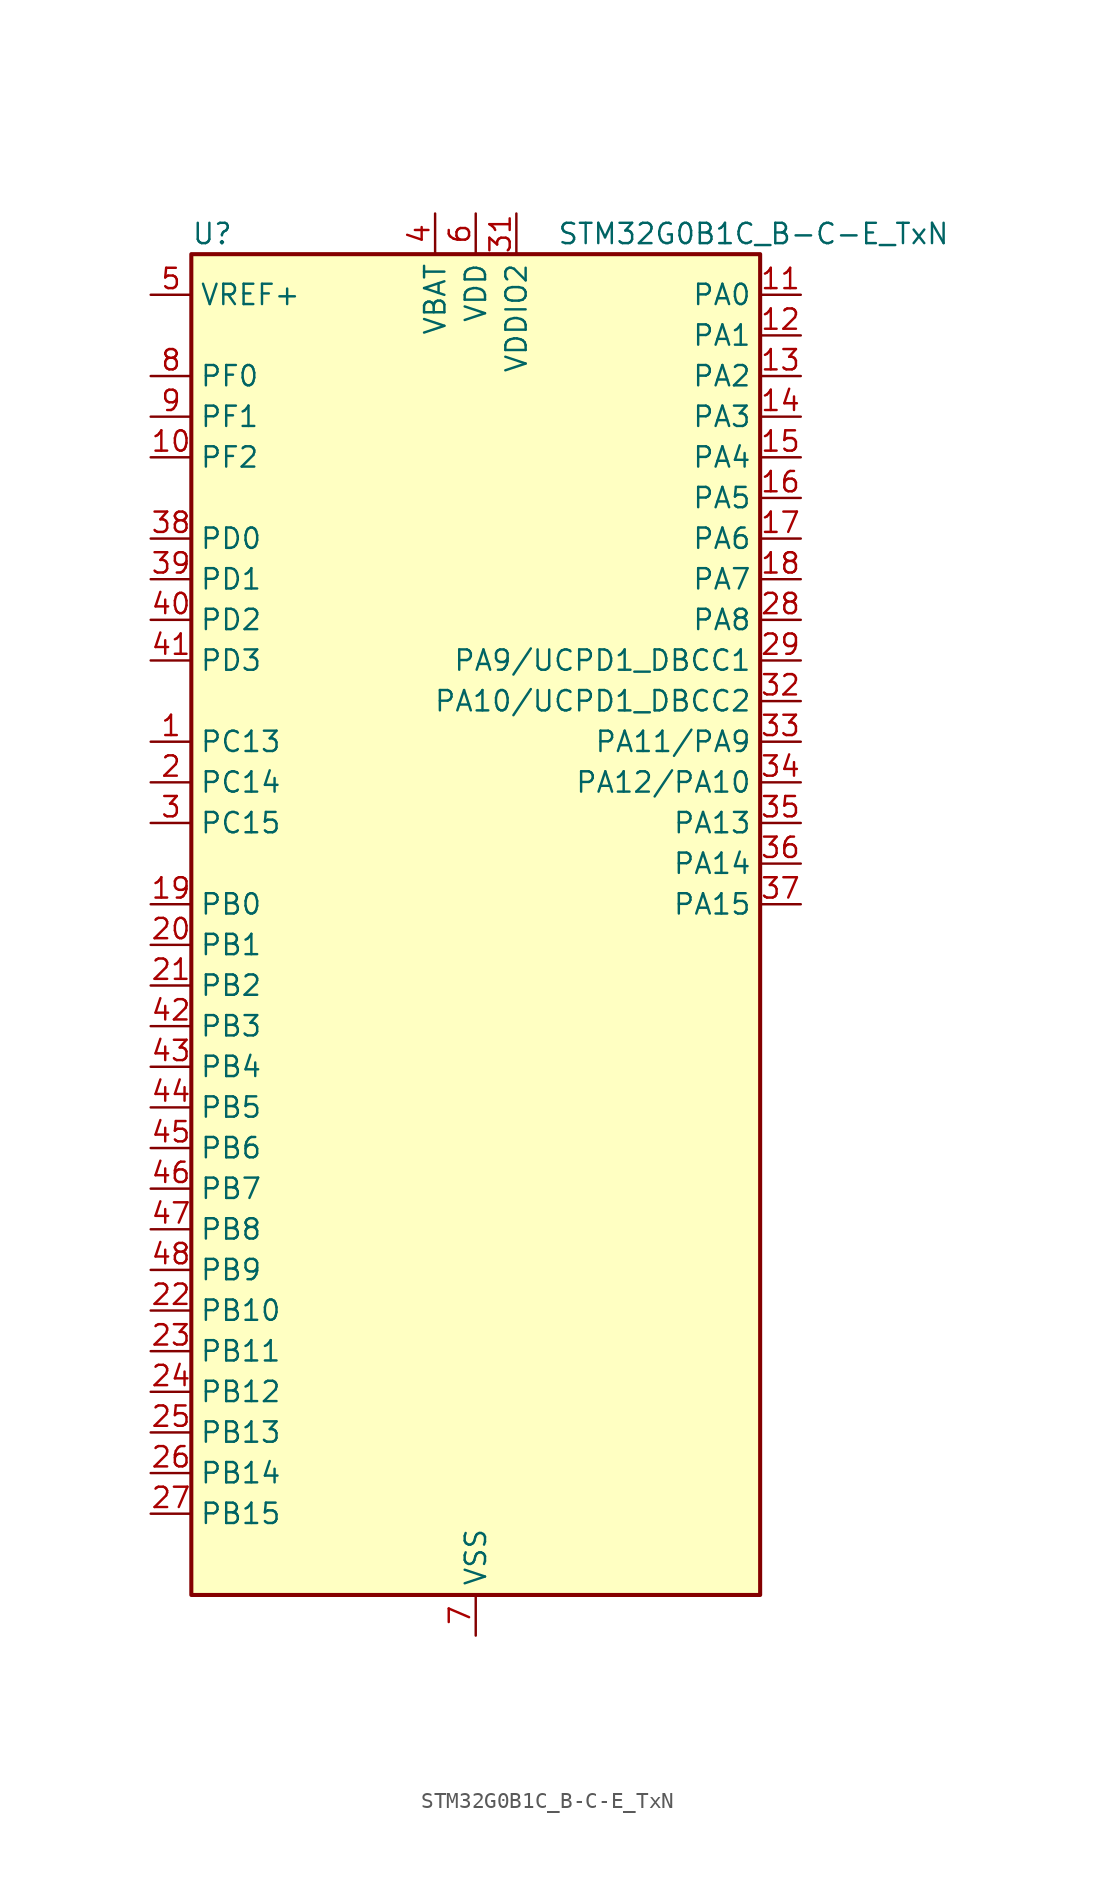
<source format=kicad_sym>
(kicad_symbol_lib
  (version 20231120)
  (generator "kicad_symbol_editor")
  (generator_version "8.0")
  (symbol "STM32G0B1C_B-C-E_TxN"
    (property "Reference" "U"
      (at -17.78 44.45 0)
      (effects (font (size 1.27 1.27)) (justify left)))
    (property "Value" "STM32G0B1C_B-C-E_TxN"
      (at 5.08 44.45 0)
      (effects (font (size 1.27 1.27)) (justify left)))
    (property "ki_locked" ""
      (at 0 0 0)
      (effects (font (size 1.27 1.27))))
    (symbol "STM32G0B1C_B-C-E_TxN_0_1"
      (rectangle (start -17.78 -40.64) (end 17.78 43.18) (stroke (width 0.254) (type default)) (fill (type background))))
    (symbol "STM32G0B1C_B-C-E_TxN_1_1"
      (pin bidirectional line (at -20.32 12.7 0) (length 2.54) (name "PC13" (effects (font (size 1.27 1.27)))) (number "1" (effects (font (size 1.27 1.27)))) (alternate "RTC_OUT1" bidirectional line) (alternate "RTC_TAMP_IN1" bidirectional line) (alternate "RTC_TS" bidirectional line) (alternate "SYS_WKUP2" bidirectional line) (alternate "TIM1_BK" bidirectional line))
      (pin bidirectional line (at -20.32 30.48 0) (length 2.54) (name "PF2" (effects (font (size 1.27 1.27)))) (number "10" (effects (font (size 1.27 1.27)))) (alternate "LPUART2_DE" bidirectional line) (alternate "LPUART2_RTS" bidirectional line) (alternate "LPUART2_TX" bidirectional line) (alternate "RCC_MCO" bidirectional line))
      (pin bidirectional line (at 20.32 40.64 180) (length 2.54) (name "PA0" (effects (font (size 1.27 1.27)))) (number "11" (effects (font (size 1.27 1.27)))) (alternate "ADC1_IN0" bidirectional line) (alternate "COMP1_INM" bidirectional line) (alternate "COMP1_OUT" bidirectional line) (alternate "I2S2_CK" bidirectional line) (alternate "LPTIM1_OUT" bidirectional line) (alternate "RTC_TAMP_IN2" bidirectional line) (alternate "SPI2_SCK" bidirectional line) (alternate "SYS_WKUP1" bidirectional line) (alternate "TIM2_CH1" bidirectional line) (alternate "TIM2_ETR" bidirectional line) (alternate "UCPD2_FRSTX1" bidirectional line) (alternate "UCPD2_FRSTX2" bidirectional line) (alternate "USART2_CTS" bidirectional line) (alternate "USART2_NSS" bidirectional line) (alternate "USART4_TX" bidirectional line))
      (pin bidirectional line (at 20.32 38.1 180) (length 2.54) (name "PA1" (effects (font (size 1.27 1.27)))) (number "12" (effects (font (size 1.27 1.27)))) (alternate "ADC1_IN1" bidirectional line) (alternate "COMP1_INP" bidirectional line) (alternate "I2C1_SMBA" bidirectional line) (alternate "I2S1_CK" bidirectional line) (alternate "SPI1_SCK" bidirectional line) (alternate "TIM15_CH1N" bidirectional line) (alternate "TIM2_CH2" bidirectional line) (alternate "USART2_CK" bidirectional line) (alternate "USART2_DE" bidirectional line) (alternate "USART2_RTS" bidirectional line) (alternate "USART4_RX" bidirectional line))
      (pin bidirectional line (at 20.32 35.56 180) (length 2.54) (name "PA2" (effects (font (size 1.27 1.27)))) (number "13" (effects (font (size 1.27 1.27)))) (alternate "ADC1_IN2" bidirectional line) (alternate "COMP2_INM" bidirectional line) (alternate "COMP2_OUT" bidirectional line) (alternate "I2S1_SD" bidirectional line) (alternate "LPUART1_TX" bidirectional line) (alternate "RCC_LSCO" bidirectional line) (alternate "SPI1_MOSI" bidirectional line) (alternate "SYS_WKUP4" bidirectional line) (alternate "TIM15_CH1" bidirectional line) (alternate "TIM2_CH3" bidirectional line) (alternate "UCPD1_FRSTX1" bidirectional line) (alternate "UCPD1_FRSTX2" bidirectional line) (alternate "USART2_TX" bidirectional line))
      (pin bidirectional line (at 20.32 33.02 180) (length 2.54) (name "PA3" (effects (font (size 1.27 1.27)))) (number "14" (effects (font (size 1.27 1.27)))) (alternate "ADC1_IN3" bidirectional line) (alternate "COMP2_INP" bidirectional line) (alternate "I2S2_MCK" bidirectional line) (alternate "LPUART1_RX" bidirectional line) (alternate "SPI2_MISO" bidirectional line) (alternate "TIM15_CH2" bidirectional line) (alternate "TIM2_CH4" bidirectional line) (alternate "UCPD2_FRSTX1" bidirectional line) (alternate "UCPD2_FRSTX2" bidirectional line) (alternate "USART2_RX" bidirectional line))
      (pin bidirectional line (at 20.32 30.48 180) (length 2.54) (name "PA4" (effects (font (size 1.27 1.27)))) (number "15" (effects (font (size 1.27 1.27)))) (alternate "ADC1_IN4" bidirectional line) (alternate "DAC1_OUT1" bidirectional line) (alternate "I2S1_WS" bidirectional line) (alternate "I2S2_SD" bidirectional line) (alternate "LPTIM2_OUT" bidirectional line) (alternate "RTC_OUT2" bidirectional line) (alternate "SPI1_NSS" bidirectional line) (alternate "SPI2_MOSI" bidirectional line) (alternate "SPI3_NSS" bidirectional line) (alternate "TIM14_CH1" bidirectional line) (alternate "UCPD2_FRSTX1" bidirectional line) (alternate "UCPD2_FRSTX2" bidirectional line) (alternate "USART6_TX" bidirectional line) (alternate "USB_NOE" bidirectional line))
      (pin bidirectional line (at 20.32 27.94 180) (length 2.54) (name "PA5" (effects (font (size 1.27 1.27)))) (number "16" (effects (font (size 1.27 1.27)))) (alternate "ADC1_IN5" bidirectional line) (alternate "CEC" bidirectional line) (alternate "DAC1_OUT2" bidirectional line) (alternate "I2S1_CK" bidirectional line) (alternate "LPTIM2_ETR" bidirectional line) (alternate "SPI1_SCK" bidirectional line) (alternate "TIM2_CH1" bidirectional line) (alternate "TIM2_ETR" bidirectional line) (alternate "UCPD1_FRSTX1" bidirectional line) (alternate "UCPD1_FRSTX2" bidirectional line) (alternate "USART3_TX" bidirectional line) (alternate "USART6_RX" bidirectional line))
      (pin bidirectional line (at 20.32 25.4 180) (length 2.54) (name "PA6" (effects (font (size 1.27 1.27)))) (number "17" (effects (font (size 1.27 1.27)))) (alternate "ADC1_IN6" bidirectional line) (alternate "COMP1_OUT" bidirectional line) (alternate "I2C2_SDA" bidirectional line) (alternate "I2C3_SDA" bidirectional line) (alternate "I2S1_MCK" bidirectional line) (alternate "LPUART1_CTS" bidirectional line) (alternate "SPI1_MISO" bidirectional line) (alternate "TIM16_CH1" bidirectional line) (alternate "TIM1_BK" bidirectional line) (alternate "TIM3_CH1" bidirectional line) (alternate "USART3_CTS" bidirectional line) (alternate "USART3_NSS" bidirectional line) (alternate "USART6_CTS" bidirectional line) (alternate "USART6_NSS" bidirectional line))
      (pin bidirectional line (at 20.32 22.86 180) (length 2.54) (name "PA7" (effects (font (size 1.27 1.27)))) (number "18" (effects (font (size 1.27 1.27)))) (alternate "ADC1_IN7" bidirectional line) (alternate "COMP2_OUT" bidirectional line) (alternate "I2C2_SCL" bidirectional line) (alternate "I2C3_SCL" bidirectional line) (alternate "I2S1_SD" bidirectional line) (alternate "SPI1_MOSI" bidirectional line) (alternate "TIM14_CH1" bidirectional line) (alternate "TIM17_CH1" bidirectional line) (alternate "TIM1_CH1N" bidirectional line) (alternate "TIM3_CH2" bidirectional line) (alternate "UCPD1_FRSTX1" bidirectional line) (alternate "UCPD1_FRSTX2" bidirectional line) (alternate "USART6_CK" bidirectional line) (alternate "USART6_DE" bidirectional line) (alternate "USART6_RTS" bidirectional line))
      (pin bidirectional line (at -20.32 2.54 0) (length 2.54) (name "PB0" (effects (font (size 1.27 1.27)))) (number "19" (effects (font (size 1.27 1.27)))) (alternate "ADC1_IN8" bidirectional line) (alternate "COMP1_OUT" bidirectional line) (alternate "COMP3_INP" bidirectional line) (alternate "FDCAN2_RX" bidirectional line) (alternate "I2S1_WS" bidirectional line) (alternate "LPTIM1_OUT" bidirectional line) (alternate "LPUART2_CTS" bidirectional line) (alternate "SPI1_NSS" bidirectional line) (alternate "TIM1_CH2N" bidirectional line) (alternate "TIM3_CH3" bidirectional line) (alternate "UCPD1_FRSTX1" bidirectional line) (alternate "UCPD1_FRSTX2" bidirectional line) (alternate "USART3_RX" bidirectional line) (alternate "USART5_TX" bidirectional line))
      (pin bidirectional line (at -20.32 10.16 0) (length 2.54) (name "PC14" (effects (font (size 1.27 1.27)))) (number "2" (effects (font (size 1.27 1.27)))) (alternate "RCC_OSC32_IN" bidirectional line) (alternate "TIM1_BK2" bidirectional line))
      (pin bidirectional line (at -20.32 0 0) (length 2.54) (name "PB1" (effects (font (size 1.27 1.27)))) (number "20" (effects (font (size 1.27 1.27)))) (alternate "ADC1_IN9" bidirectional line) (alternate "COMP1_INM" bidirectional line) (alternate "COMP3_OUT" bidirectional line) (alternate "FDCAN2_TX" bidirectional line) (alternate "LPTIM2_IN1" bidirectional line) (alternate "LPUART1_DE" bidirectional line) (alternate "LPUART1_RTS" bidirectional line) (alternate "LPUART2_DE" bidirectional line) (alternate "LPUART2_RTS" bidirectional line) (alternate "TIM14_CH1" bidirectional line) (alternate "TIM1_CH3N" bidirectional line) (alternate "TIM3_CH4" bidirectional line) (alternate "USART3_CK" bidirectional line) (alternate "USART3_DE" bidirectional line) (alternate "USART3_RTS" bidirectional line) (alternate "USART5_RX" bidirectional line))
      (pin bidirectional line (at -20.32 -2.54 0) (length 2.54) (name "PB2" (effects (font (size 1.27 1.27)))) (number "21" (effects (font (size 1.27 1.27)))) (alternate "ADC1_IN10" bidirectional line) (alternate "COMP1_INP" bidirectional line) (alternate "COMP3_INM" bidirectional line) (alternate "I2S2_MCK" bidirectional line) (alternate "LPTIM1_OUT" bidirectional line) (alternate "RCC_MCO_2" bidirectional line) (alternate "SPI2_MISO" bidirectional line) (alternate "USART3_TX" bidirectional line))
      (pin bidirectional line (at -20.32 -22.86 0) (length 2.54) (name "PB10" (effects (font (size 1.27 1.27)))) (number "22" (effects (font (size 1.27 1.27)))) (alternate "ADC1_IN11" bidirectional line) (alternate "CEC" bidirectional line) (alternate "COMP1_OUT" bidirectional line) (alternate "I2C2_SCL" bidirectional line) (alternate "I2S2_CK" bidirectional line) (alternate "LPUART1_RX" bidirectional line) (alternate "SPI2_SCK" bidirectional line) (alternate "TIM2_CH3" bidirectional line) (alternate "USART3_TX" bidirectional line))
      (pin bidirectional line (at -20.32 -25.4 0) (length 2.54) (name "PB11" (effects (font (size 1.27 1.27)))) (number "23" (effects (font (size 1.27 1.27)))) (alternate "ADC1_EXTI11" bidirectional line) (alternate "ADC1_IN15" bidirectional line) (alternate "COMP2_OUT" bidirectional line) (alternate "I2C2_SDA" bidirectional line) (alternate "I2S2_SD" bidirectional line) (alternate "LPUART1_TX" bidirectional line) (alternate "SPI2_MOSI" bidirectional line) (alternate "TIM2_CH4" bidirectional line) (alternate "USART3_RX" bidirectional line))
      (pin bidirectional line (at -20.32 -27.94 0) (length 2.54) (name "PB12" (effects (font (size 1.27 1.27)))) (number "24" (effects (font (size 1.27 1.27)))) (alternate "ADC1_IN16" bidirectional line) (alternate "FDCAN2_RX" bidirectional line) (alternate "I2C2_SMBA" bidirectional line) (alternate "I2S2_WS" bidirectional line) (alternate "LPUART1_DE" bidirectional line) (alternate "LPUART1_RTS" bidirectional line) (alternate "SPI2_NSS" bidirectional line) (alternate "TIM15_BK" bidirectional line) (alternate "TIM1_BK" bidirectional line) (alternate "UCPD2_FRSTX1" bidirectional line) (alternate "UCPD2_FRSTX2" bidirectional line))
      (pin bidirectional line (at -20.32 -30.48 0) (length 2.54) (name "PB13" (effects (font (size 1.27 1.27)))) (number "25" (effects (font (size 1.27 1.27)))) (alternate "FDCAN2_TX" bidirectional line) (alternate "I2C2_SCL" bidirectional line) (alternate "I2S2_CK" bidirectional line) (alternate "LPUART1_CTS" bidirectional line) (alternate "SPI2_SCK" bidirectional line) (alternate "TIM15_CH1N" bidirectional line) (alternate "TIM1_CH1N" bidirectional line) (alternate "USART3_CTS" bidirectional line) (alternate "USART3_NSS" bidirectional line))
      (pin bidirectional line (at -20.32 -33.02 0) (length 2.54) (name "PB14" (effects (font (size 1.27 1.27)))) (number "26" (effects (font (size 1.27 1.27)))) (alternate "I2C2_SDA" bidirectional line) (alternate "I2S2_MCK" bidirectional line) (alternate "SPI2_MISO" bidirectional line) (alternate "TIM15_CH1" bidirectional line) (alternate "TIM1_CH2N" bidirectional line) (alternate "UCPD1_FRSTX1" bidirectional line) (alternate "UCPD1_FRSTX2" bidirectional line) (alternate "USART3_CK" bidirectional line) (alternate "USART3_DE" bidirectional line) (alternate "USART3_RTS" bidirectional line) (alternate "USART6_CK" bidirectional line) (alternate "USART6_DE" bidirectional line) (alternate "USART6_RTS" bidirectional line))
      (pin bidirectional line (at -20.32 -35.56 0) (length 2.54) (name "PB15" (effects (font (size 1.27 1.27)))) (number "27" (effects (font (size 1.27 1.27)))) (alternate "I2S2_SD" bidirectional line) (alternate "RTC_REFIN" bidirectional line) (alternate "SPI2_MOSI" bidirectional line) (alternate "TIM15_CH1N" bidirectional line) (alternate "TIM15_CH2" bidirectional line) (alternate "TIM1_CH3N" bidirectional line) (alternate "UCPD1_CC2" bidirectional line) (alternate "USART6_CTS" bidirectional line) (alternate "USART6_NSS" bidirectional line))
      (pin bidirectional line (at 20.32 20.32 180) (length 2.54) (name "PA8" (effects (font (size 1.27 1.27)))) (number "28" (effects (font (size 1.27 1.27)))) (alternate "CRS1_SYNC" bidirectional line) (alternate "I2C2_SMBA" bidirectional line) (alternate "I2S2_WS" bidirectional line) (alternate "LPTIM2_OUT" bidirectional line) (alternate "RCC_MCO" bidirectional line) (alternate "SPI2_NSS" bidirectional line) (alternate "TIM1_CH1" bidirectional line) (alternate "UCPD1_CC1" bidirectional line))
      (pin bidirectional line (at 20.32 17.78 180) (length 2.54) (name "PA9/UCPD1_DBCC1" (effects (font (size 1.27 1.27)))) (number "29" (effects (font (size 1.27 1.27)))) (alternate "DAC1_EXTI9" bidirectional line) (alternate "I2C1_SCL" bidirectional line) (alternate "I2C2_SCL" bidirectional line) (alternate "I2S2_MCK" bidirectional line) (alternate "RCC_MCO" bidirectional line) (alternate "SPI2_MISO" bidirectional line) (alternate "TIM15_BK" bidirectional line) (alternate "TIM1_CH2" bidirectional line) (alternate "UCPD1_DBCC1" bidirectional line) (alternate "USART1_TX" bidirectional line))
      (pin bidirectional line (at -20.32 7.62 0) (length 2.54) (name "PC15" (effects (font (size 1.27 1.27)))) (number "3" (effects (font (size 1.27 1.27)))) (alternate "RCC_OSC32_EN" bidirectional line) (alternate "RCC_OSC32_OUT" bidirectional line) (alternate "RCC_OSC_EN" bidirectional line) (alternate "TIM15_BK" bidirectional line))
      (pin passive line (at 0 -43.18 90) (length 2.54) hide (name "VSS" (effects (font (size 1.27 1.27)))) (number "30" (effects (font (size 1.27 1.27)))))
      (pin power_in line (at 2.54 45.72 270) (length 2.54) (name "VDDIO2" (effects (font (size 1.27 1.27)))) (number "31" (effects (font (size 1.27 1.27)))))
      (pin bidirectional line (at 20.32 15.24 180) (length 2.54) (name "PA10/UCPD1_DBCC2" (effects (font (size 1.27 1.27)))) (number "32" (effects (font (size 1.27 1.27)))) (alternate "I2C1_SDA" bidirectional line) (alternate "I2C2_SDA" bidirectional line) (alternate "I2S2_SD" bidirectional line) (alternate "RCC_MCO_2" bidirectional line) (alternate "SPI2_MOSI" bidirectional line) (alternate "TIM17_BK" bidirectional line) (alternate "TIM1_CH3" bidirectional line) (alternate "UCPD1_DBCC2" bidirectional line) (alternate "USART1_RX" bidirectional line))
      (pin bidirectional line (at 20.32 12.7 180) (length 2.54) (name "PA11/PA9" (effects (font (size 1.27 1.27)))) (number "33" (effects (font (size 1.27 1.27)))) (alternate "ADC1_EXTI11" bidirectional line) (alternate "COMP1_OUT" bidirectional line) (alternate "FDCAN1_RX" bidirectional line) (alternate "I2C2_SCL" bidirectional line) (alternate "I2S1_MCK" bidirectional line) (alternate "SPI1_MISO" bidirectional line) (alternate "TIM1_BK2" bidirectional line) (alternate "TIM1_CH4" bidirectional line) (alternate "USART1_CTS" bidirectional line) (alternate "USART1_NSS" bidirectional line) (alternate "USB_DM" bidirectional line))
      (pin bidirectional line (at 20.32 10.16 180) (length 2.54) (name "PA12/PA10" (effects (font (size 1.27 1.27)))) (number "34" (effects (font (size 1.27 1.27)))) (alternate "COMP2_OUT" bidirectional line) (alternate "FDCAN1_TX" bidirectional line) (alternate "I2C2_SDA" bidirectional line) (alternate "I2S1_SD" bidirectional line) (alternate "I2S_CKIN" bidirectional line) (alternate "SPI1_MOSI" bidirectional line) (alternate "TIM1_ETR" bidirectional line) (alternate "USART1_CK" bidirectional line) (alternate "USART1_DE" bidirectional line) (alternate "USART1_RTS" bidirectional line) (alternate "USB_DP" bidirectional line))
      (pin bidirectional line (at 20.32 7.62 180) (length 2.54) (name "PA13" (effects (font (size 1.27 1.27)))) (number "35" (effects (font (size 1.27 1.27)))) (alternate "IR_OUT" bidirectional line) (alternate "LPUART2_RX" bidirectional line) (alternate "SYS_SWDIO" bidirectional line) (alternate "USB_NOE" bidirectional line))
      (pin bidirectional line (at 20.32 5.08 180) (length 2.54) (name "PA14" (effects (font (size 1.27 1.27)))) (number "36" (effects (font (size 1.27 1.27)))) (alternate "LPUART2_TX" bidirectional line) (alternate "SYS_SWCLK" bidirectional line) (alternate "USART2_TX" bidirectional line))
      (pin bidirectional line (at 20.32 2.54 180) (length 2.54) (name "PA15" (effects (font (size 1.27 1.27)))) (number "37" (effects (font (size 1.27 1.27)))) (alternate "I2C2_SMBA" bidirectional line) (alternate "I2S1_WS" bidirectional line) (alternate "RCC_MCO_2" bidirectional line) (alternate "SPI1_NSS" bidirectional line) (alternate "SPI3_NSS" bidirectional line) (alternate "TIM2_CH1" bidirectional line) (alternate "TIM2_ETR" bidirectional line) (alternate "USART2_RX" bidirectional line) (alternate "USART3_CK" bidirectional line) (alternate "USART3_DE" bidirectional line) (alternate "USART3_RTS" bidirectional line) (alternate "USART4_CK" bidirectional line) (alternate "USART4_DE" bidirectional line) (alternate "USART4_RTS" bidirectional line) (alternate "USB_NOE" bidirectional line))
      (pin bidirectional line (at -20.32 25.4 0) (length 2.54) (name "PD0" (effects (font (size 1.27 1.27)))) (number "38" (effects (font (size 1.27 1.27)))) (alternate "FDCAN1_RX" bidirectional line) (alternate "I2S2_WS" bidirectional line) (alternate "SPI2_NSS" bidirectional line) (alternate "TIM16_CH1" bidirectional line) (alternate "UCPD2_CC1" bidirectional line))
      (pin bidirectional line (at -20.32 22.86 0) (length 2.54) (name "PD1" (effects (font (size 1.27 1.27)))) (number "39" (effects (font (size 1.27 1.27)))) (alternate "FDCAN1_TX" bidirectional line) (alternate "I2S2_CK" bidirectional line) (alternate "SPI2_SCK" bidirectional line) (alternate "TIM17_CH1" bidirectional line) (alternate "UCPD2_DBCC1" bidirectional line))
      (pin power_in line (at -2.54 45.72 270) (length 2.54) (name "VBAT" (effects (font (size 1.27 1.27)))) (number "4" (effects (font (size 1.27 1.27)))))
      (pin bidirectional line (at -20.32 20.32 0) (length 2.54) (name "PD2" (effects (font (size 1.27 1.27)))) (number "40" (effects (font (size 1.27 1.27)))) (alternate "TIM1_CH1N" bidirectional line) (alternate "TIM3_ETR" bidirectional line) (alternate "UCPD2_CC2" bidirectional line) (alternate "USART3_CK" bidirectional line) (alternate "USART3_DE" bidirectional line) (alternate "USART3_RTS" bidirectional line) (alternate "USART5_RX" bidirectional line))
      (pin bidirectional line (at -20.32 17.78 0) (length 2.54) (name "PD3" (effects (font (size 1.27 1.27)))) (number "41" (effects (font (size 1.27 1.27)))) (alternate "I2S2_MCK" bidirectional line) (alternate "SPI2_MISO" bidirectional line) (alternate "TIM1_CH2N" bidirectional line) (alternate "UCPD2_DBCC2" bidirectional line) (alternate "USART2_CTS" bidirectional line) (alternate "USART2_NSS" bidirectional line) (alternate "USART5_TX" bidirectional line))
      (pin bidirectional line (at -20.32 -5.08 0) (length 2.54) (name "PB3" (effects (font (size 1.27 1.27)))) (number "42" (effects (font (size 1.27 1.27)))) (alternate "COMP2_INM" bidirectional line) (alternate "I2C2_SCL" bidirectional line) (alternate "I2C3_SCL" bidirectional line) (alternate "I2S1_CK" bidirectional line) (alternate "SPI1_SCK" bidirectional line) (alternate "SPI3_SCK" bidirectional line) (alternate "TIM1_CH2" bidirectional line) (alternate "TIM2_CH2" bidirectional line) (alternate "USART1_CK" bidirectional line) (alternate "USART1_DE" bidirectional line) (alternate "USART1_RTS" bidirectional line) (alternate "USART5_TX" bidirectional line))
      (pin bidirectional line (at -20.32 -7.62 0) (length 2.54) (name "PB4" (effects (font (size 1.27 1.27)))) (number "43" (effects (font (size 1.27 1.27)))) (alternate "COMP2_INP" bidirectional line) (alternate "I2C2_SDA" bidirectional line) (alternate "I2C3_SDA" bidirectional line) (alternate "I2S1_MCK" bidirectional line) (alternate "SPI1_MISO" bidirectional line) (alternate "SPI3_MISO" bidirectional line) (alternate "TIM17_BK" bidirectional line) (alternate "TIM3_CH1" bidirectional line) (alternate "USART1_CTS" bidirectional line) (alternate "USART1_NSS" bidirectional line) (alternate "USART5_RX" bidirectional line))
      (pin bidirectional line (at -20.32 -10.16 0) (length 2.54) (name "PB5" (effects (font (size 1.27 1.27)))) (number "44" (effects (font (size 1.27 1.27)))) (alternate "COMP2_OUT" bidirectional line) (alternate "FDCAN2_RX" bidirectional line) (alternate "I2C1_SMBA" bidirectional line) (alternate "I2S1_SD" bidirectional line) (alternate "LPTIM1_IN1" bidirectional line) (alternate "SPI1_MOSI" bidirectional line) (alternate "SPI3_MOSI" bidirectional line) (alternate "SYS_WKUP6" bidirectional line) (alternate "TIM16_BK" bidirectional line) (alternate "TIM3_CH2" bidirectional line) (alternate "USART5_CK" bidirectional line) (alternate "USART5_DE" bidirectional line) (alternate "USART5_RTS" bidirectional line))
      (pin bidirectional line (at -20.32 -12.7 0) (length 2.54) (name "PB6" (effects (font (size 1.27 1.27)))) (number "45" (effects (font (size 1.27 1.27)))) (alternate "COMP2_INP" bidirectional line) (alternate "FDCAN2_TX" bidirectional line) (alternate "I2C1_SCL" bidirectional line) (alternate "I2S2_MCK" bidirectional line) (alternate "LPTIM1_ETR" bidirectional line) (alternate "LPUART2_TX" bidirectional line) (alternate "SPI2_MISO" bidirectional line) (alternate "TIM16_CH1N" bidirectional line) (alternate "TIM1_CH3" bidirectional line) (alternate "TIM4_CH1" bidirectional line) (alternate "USART1_TX" bidirectional line) (alternate "USART5_CTS" bidirectional line) (alternate "USART5_NSS" bidirectional line))
      (pin bidirectional line (at -20.32 -15.24 0) (length 2.54) (name "PB7" (effects (font (size 1.27 1.27)))) (number "46" (effects (font (size 1.27 1.27)))) (alternate "COMP2_INM" bidirectional line) (alternate "I2C1_SDA" bidirectional line) (alternate "I2S2_SD" bidirectional line) (alternate "LPTIM1_IN2" bidirectional line) (alternate "LPUART2_RX" bidirectional line) (alternate "SPI2_MOSI" bidirectional line) (alternate "SYS_PVD_IN" bidirectional line) (alternate "TIM17_CH1N" bidirectional line) (alternate "TIM4_CH2" bidirectional line) (alternate "USART1_RX" bidirectional line) (alternate "USART4_CTS" bidirectional line) (alternate "USART4_NSS" bidirectional line))
      (pin bidirectional line (at -20.32 -17.78 0) (length 2.54) (name "PB8" (effects (font (size 1.27 1.27)))) (number "47" (effects (font (size 1.27 1.27)))) (alternate "CEC" bidirectional line) (alternate "FDCAN1_RX" bidirectional line) (alternate "I2C1_SCL" bidirectional line) (alternate "I2S2_CK" bidirectional line) (alternate "SPI2_SCK" bidirectional line) (alternate "TIM15_BK" bidirectional line) (alternate "TIM16_CH1" bidirectional line) (alternate "TIM4_CH3" bidirectional line) (alternate "USART3_TX" bidirectional line) (alternate "USART6_TX" bidirectional line))
      (pin bidirectional line (at -20.32 -20.32 0) (length 2.54) (name "PB9" (effects (font (size 1.27 1.27)))) (number "48" (effects (font (size 1.27 1.27)))) (alternate "DAC1_EXTI9" bidirectional line) (alternate "FDCAN1_TX" bidirectional line) (alternate "I2C1_SDA" bidirectional line) (alternate "I2S2_WS" bidirectional line) (alternate "IR_OUT" bidirectional line) (alternate "SPI2_NSS" bidirectional line) (alternate "TIM17_CH1" bidirectional line) (alternate "TIM4_CH4" bidirectional line) (alternate "UCPD2_FRSTX1" bidirectional line) (alternate "UCPD2_FRSTX2" bidirectional line) (alternate "USART3_RX" bidirectional line) (alternate "USART6_RX" bidirectional line))
      (pin input line (at -20.32 40.64 0) (length 2.54) (name "VREF+" (effects (font (size 1.27 1.27)))) (number "5" (effects (font (size 1.27 1.27)))) (alternate "VREFBUF_OUT" bidirectional line))
      (pin power_in line (at 0 45.72 270) (length 2.54) (name "VDD" (effects (font (size 1.27 1.27)))) (number "6" (effects (font (size 1.27 1.27)))))
      (pin power_in line (at 0 -43.18 90) (length 2.54) (name "VSS" (effects (font (size 1.27 1.27)))) (number "7" (effects (font (size 1.27 1.27)))))
      (pin bidirectional line (at -20.32 35.56 0) (length 2.54) (name "PF0" (effects (font (size 1.27 1.27)))) (number "8" (effects (font (size 1.27 1.27)))) (alternate "CRS1_SYNC" bidirectional line) (alternate "RCC_OSC_IN" bidirectional line) (alternate "TIM14_CH1" bidirectional line))
      (pin bidirectional line (at -20.32 33.02 0) (length 2.54) (name "PF1" (effects (font (size 1.27 1.27)))) (number "9" (effects (font (size 1.27 1.27)))) (alternate "RCC_OSC_EN" bidirectional line) (alternate "RCC_OSC_OUT" bidirectional line) (alternate "TIM15_CH1N" bidirectional line)))))
</source>
